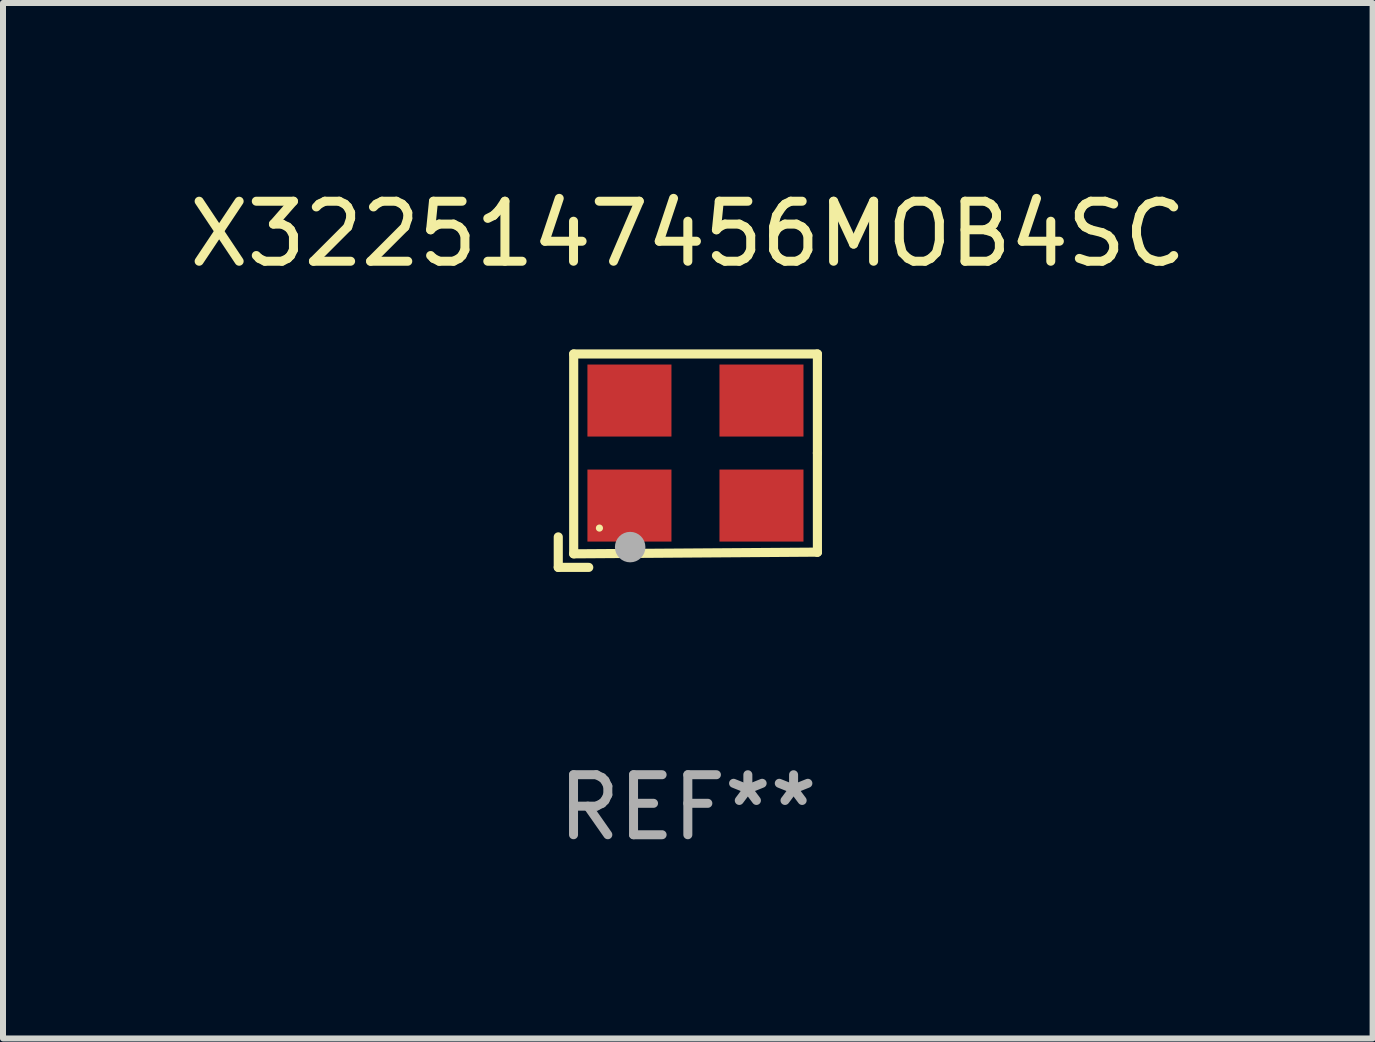
<source format=kicad_pcb>
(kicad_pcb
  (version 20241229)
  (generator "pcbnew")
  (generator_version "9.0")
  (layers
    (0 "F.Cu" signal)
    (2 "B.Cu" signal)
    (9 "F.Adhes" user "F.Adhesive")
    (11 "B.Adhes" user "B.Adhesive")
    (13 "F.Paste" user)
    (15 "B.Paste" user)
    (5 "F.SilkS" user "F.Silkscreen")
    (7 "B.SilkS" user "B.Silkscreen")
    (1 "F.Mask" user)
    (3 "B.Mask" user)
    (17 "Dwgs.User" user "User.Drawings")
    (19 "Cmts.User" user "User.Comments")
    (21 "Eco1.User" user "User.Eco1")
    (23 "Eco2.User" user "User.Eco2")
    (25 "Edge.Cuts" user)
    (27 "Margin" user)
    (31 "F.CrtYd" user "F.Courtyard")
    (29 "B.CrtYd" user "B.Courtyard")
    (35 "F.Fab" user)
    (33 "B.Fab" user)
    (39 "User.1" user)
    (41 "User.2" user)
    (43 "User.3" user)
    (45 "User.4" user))
  (footprint "X3225147456MOB4SC"
    (layer "F.Cu")
    (at 8.411 4.626)
    (property "Reference" "X3225147456MOB4SC" (at 0 -3.778 0) (layer "F.SilkS") (effects (font (size 1 1) (thickness 0.15))))
    (attr through_hole)
    (fp_line (start -2.159 1.27) (end -2.159 1.778) (stroke (width 0.152) (type solid)) (layer "F.SilkS"))
    (fp_line (start -2.159 1.778) (end -1.651 1.778) (stroke (width 0.152) (type solid)) (layer "F.SilkS"))
    (fp_line (start -1.902 -1.778) (end 2.159 -1.778) (stroke (width 0.152) (type solid)) (layer "F.SilkS"))
    (fp_line (start -1.902 1.552) (end -1.902 -1.778) (stroke (width 0.152) (type solid)) (layer "F.SilkS"))
    (fp_line (start 2.159 -1.778) (end 2.159 -0.127) (stroke (width 0.152) (type solid)) (layer "F.SilkS"))
    (fp_line (start 2.159 -0.127) (end 2.159 1.524) (stroke (width 0.152) (type solid)) (layer "F.SilkS"))
    (fp_line (start 2.159 1.524) (end -1.902 1.552) (stroke (width 0.152) (type solid)) (layer "F.SilkS"))
    (fp_line (start 2.159 1.524) (end 2.159 1.524) (stroke (width 0.152) (type solid)) (layer "F.SilkS"))
    (fp_circle (center -1.473 1.123) (end -1.443 1.123) (stroke (width 0.06) (type solid)) (fill no) (layer "F.SilkS"))
    (fp_circle (center -0.961 1.44) (end -0.834 1.44) (stroke (width 0.254) (type solid)) (fill no) (layer "F.Fab"))
    (fp_text user "REF**" (at 0 5.778 0) (layer "F.Fab") (effects (font (size 1 1) (thickness 0.15))))
    (pad "1" smd rect (at -0.973 0.748) (size 1.4 1.2) (layers "F.Cu" "F.Mask" "F.Paste"))
    (pad "2" smd rect (at 1.227 0.748) (size 1.4 1.2) (layers "F.Cu" "F.Mask" "F.Paste"))
    (pad "3" smd rect (at 1.227 -1.002) (size 1.4 1.2) (layers "F.Cu" "F.Mask" "F.Paste"))
    (pad "4" smd rect (at -0.973 -1.002) (size 1.4 1.2) (layers "F.Cu" "F.Mask" "F.Paste")))
  (gr_rect
    (start -3 -3)
    (end 19.821 14.253)
    (stroke (width 0.1) (type default))
    (fill no)
    (layer "Edge.Cuts")))
</source>
